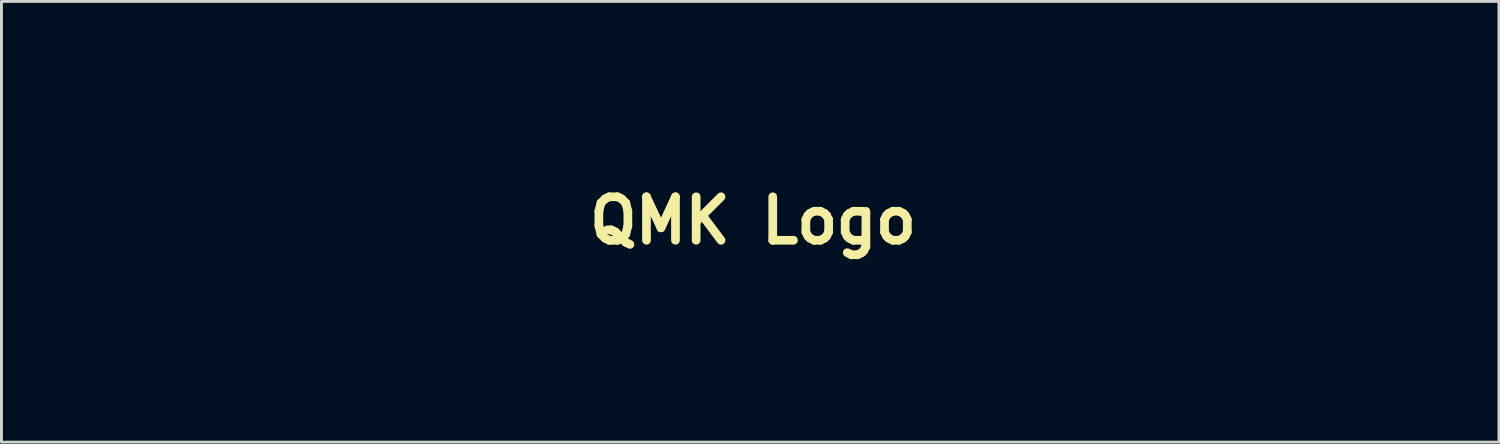
<source format=kicad_pcb>
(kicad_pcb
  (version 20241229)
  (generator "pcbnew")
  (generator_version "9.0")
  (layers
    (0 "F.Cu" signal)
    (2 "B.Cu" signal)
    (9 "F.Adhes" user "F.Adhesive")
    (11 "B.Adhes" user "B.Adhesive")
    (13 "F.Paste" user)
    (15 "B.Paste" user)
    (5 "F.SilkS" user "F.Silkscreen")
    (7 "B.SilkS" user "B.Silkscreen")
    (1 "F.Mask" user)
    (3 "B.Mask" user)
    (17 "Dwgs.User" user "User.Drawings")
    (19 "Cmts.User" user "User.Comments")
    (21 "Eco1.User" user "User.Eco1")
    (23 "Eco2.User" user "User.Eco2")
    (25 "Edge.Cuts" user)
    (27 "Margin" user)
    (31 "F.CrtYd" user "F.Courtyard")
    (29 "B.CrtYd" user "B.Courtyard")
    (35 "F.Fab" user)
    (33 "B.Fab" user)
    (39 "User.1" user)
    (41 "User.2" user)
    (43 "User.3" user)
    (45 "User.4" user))
  (footprint "QMK Logo"
    (layer "F.Cu")
    (at 22.939 4.563)
    (property "Reference" "QMK Logo" (at 0 0 0) (layer "F.SilkS") (effects (font (size 1.5 1.5) (thickness 0.3))))
    (attr board_only exclude_from_pos_files exclude_from_bom)
    (fp_poly (pts (xy 4.423 1.088) (xy 4.565 1.115) (xy 4.555 2.433) (xy 4.544 3.75) (xy 4.344 3.762) (xy 4.224 3.764) (xy 4.138 3.755) (xy 4.116 3.746) (xy 4.109 3.7) (xy 4.103 3.586) (xy 4.098 3.411) (xy 4.093 3.185) (xy 4.09 2.918) (xy 4.088 2.621) (xy 4.088 2.433) (xy 4.088 1.149) (xy 4.184 1.105) (xy 4.294 1.082)) (stroke (width 0) (type solid)) (fill yes) (layer "F.Mask"))
    (fp_poly (pts (xy 4.442 0.075) (xy 4.531 0.109) (xy 4.539 0.115) (xy 4.581 0.189) (xy 4.602 0.304) (xy 4.6 0.425) (xy 4.574 0.52) (xy 4.554 0.545) (xy 4.451 0.592) (xy 4.317 0.613) (xy 4.227 0.606) (xy 4.118 0.546) (xy 4.059 0.424) (xy 4.048 0.315) (xy 4.072 0.177) (xy 4.149 0.095) (xy 4.285 0.063) (xy 4.326 0.061)) (stroke (width 0) (type solid)) (fill yes) (layer "F.Mask"))
    (fp_poly (pts (xy -0.672 -3.332) (xy -0.616 -3.274) (xy -0.596 -3.166) (xy -0.595 -3.134) (xy -0.595 -2.976) (xy -0.806 -3.001) (xy -1.017 -3.025) (xy -1.183 -2.837) (xy -1.349 -2.648) (xy -1.349 -1.983) (xy -1.35 -1.734) (xy -1.354 -1.554) (xy -1.361 -1.431) (xy -1.372 -1.354) (xy -1.389 -1.312) (xy -1.412 -1.294) (xy -1.51 -1.273) (xy -1.612 -1.274) (xy -1.679 -1.295) (xy -1.68 -1.296) (xy -1.687 -1.342) (xy -1.694 -1.456) (xy -1.699 -1.627) (xy -1.703 -1.845) (xy -1.706 -2.099) (xy -1.707 -2.331) (xy -1.707 -3.339) (xy -1.558 -3.326) (xy -1.458 -3.31) (xy -1.411 -3.27) (xy -1.389 -3.182) (xy -1.389 -3.181) (xy -1.369 -3.049) (xy -1.27 -3.155) (xy -1.107 -3.29) (xy -0.936 -3.362) (xy -0.769 -3.367)) (stroke (width 0) (type solid)) (fill yes) (layer "F.Mask"))
    (fp_poly (pts (xy 19.977 1.079) (xy 20.074 1.113) (xy 20.123 1.153) (xy 20.14 1.224) (xy 20.141 1.33) (xy 20.141 1.528) (xy 19.88 1.515) (xy 19.732 1.511) (xy 19.635 1.523) (xy 19.561 1.556) (xy 19.492 1.609) (xy 19.391 1.709) (xy 19.285 1.835) (xy 19.248 1.886) (xy 19.131 2.056) (xy 19.12 2.903) (xy 19.11 3.75) (xy 18.906 3.762) (xy 18.777 3.764) (xy 18.707 3.746) (xy 18.678 3.709) (xy 18.672 3.655) (xy 18.666 3.531) (xy 18.661 3.348) (xy 18.657 3.117) (xy 18.655 2.848) (xy 18.653 2.55) (xy 18.653 2.421) (xy 18.653 2.058) (xy 18.655 1.767) (xy 18.66 1.54) (xy 18.668 1.368) (xy 18.682 1.245) (xy 18.703 1.162) (xy 18.731 1.11) (xy 18.768 1.084) (xy 18.816 1.073) (xy 18.871 1.072) (xy 18.992 1.083) (xy 19.059 1.127) (xy 19.086 1.222) (xy 19.09 1.318) (xy 19.09 1.517) (xy 19.278 1.318) (xy 19.466 1.154) (xy 19.653 1.066) (xy 19.845 1.051)) (stroke (width 0) (type solid)) (fill yes) (layer "F.Mask"))
    (fp_poly (pts (xy 3.424 0.266) (xy 3.427 0.383) (xy 3.41 0.464) (xy 3.395 0.498) (xy 3.372 0.522) (xy 3.328 0.538) (xy 3.253 0.548) (xy 3.134 0.553) (xy 2.96 0.555) (xy 2.719 0.556) (xy 2.7 0.556) (xy 2.024 0.556) (xy 2.024 1.171) (xy 2.024 1.786) (xy 2.678 1.786) (xy 3.332 1.786) (xy 3.358 1.888) (xy 3.361 2.005) (xy 3.34 2.087) (xy 3.321 2.122) (xy 3.296 2.148) (xy 3.251 2.165) (xy 3.176 2.176) (xy 3.056 2.181) (xy 2.88 2.183) (xy 2.661 2.183) (xy 2.026 2.183) (xy 2.015 2.967) (xy 2.004 3.75) (xy 1.806 3.762) (xy 1.665 3.759) (xy 1.572 3.735) (xy 1.557 3.724) (xy 1.546 3.674) (xy 1.536 3.555) (xy 1.528 3.377) (xy 1.52 3.149) (xy 1.514 2.882) (xy 1.51 2.587) (xy 1.507 2.272) (xy 1.506 1.949) (xy 1.506 1.627) (xy 1.508 1.316) (xy 1.511 1.027) (xy 1.516 0.769) (xy 1.523 0.553) (xy 1.531 0.389) (xy 1.541 0.286) (xy 1.547 0.261) (xy 1.586 0.159) (xy 2.495 0.159) (xy 3.404 0.159)) (stroke (width 0) (type solid)) (fill yes) (layer "F.Mask"))
    (fp_poly (pts (xy 6.594 1.048) (xy 6.673 1.069) (xy 6.752 1.088) (xy 6.841 1.144) (xy 6.886 1.258) (xy 6.881 1.419) (xy 6.878 1.44) (xy 6.862 1.501) (xy 6.833 1.532) (xy 6.77 1.538) (xy 6.651 1.527) (xy 6.624 1.524) (xy 6.472 1.515) (xy 6.355 1.535) (xy 6.251 1.594) (xy 6.139 1.702) (xy 6.047 1.81) (xy 5.894 1.997) (xy 5.874 2.874) (xy 5.854 3.75) (xy 5.654 3.762) (xy 5.534 3.764) (xy 5.448 3.755) (xy 5.426 3.746) (xy 5.419 3.7) (xy 5.413 3.586) (xy 5.407 3.411) (xy 5.403 3.185) (xy 5.4 2.919) (xy 5.398 2.621) (xy 5.397 2.436) (xy 5.398 2.083) (xy 5.398 1.802) (xy 5.4 1.583) (xy 5.404 1.418) (xy 5.409 1.3) (xy 5.418 1.219) (xy 5.43 1.167) (xy 5.445 1.137) (xy 5.465 1.119) (xy 5.481 1.109) (xy 5.581 1.084) (xy 5.699 1.09) (xy 5.779 1.109) (xy 5.819 1.143) (xy 5.833 1.216) (xy 5.834 1.311) (xy 5.834 1.508) (xy 6.023 1.313) (xy 6.175 1.183) (xy 6.335 1.09) (xy 6.485 1.043)) (stroke (width 0) (type solid)) (fill yes) (layer "F.Mask"))
    (fp_poly (pts (xy -8.212 -3.353) (xy -7.964 -3.273) (xy -7.755 -3.126) (xy -7.591 -2.917) (xy -7.562 -2.863) (xy -7.503 -2.686) (xy -7.472 -2.465) (xy -7.472 -2.227) (xy -7.502 -2.002) (xy -7.524 -1.921) (xy -7.62 -1.71) (xy -7.76 -1.525) (xy -7.926 -1.385) (xy -8.082 -1.313) (xy -8.216 -1.29) (xy -8.392 -1.277) (xy -8.575 -1.277) (xy -8.73 -1.288) (xy -8.788 -1.299) (xy -8.96 -1.378) (xy -9.121 -1.515) (xy -9.249 -1.69) (xy -9.269 -1.727) (xy -9.342 -1.943) (xy -9.377 -2.2) (xy -9.374 -2.39) (xy -8.998 -2.39) (xy -8.994 -2.168) (xy -8.958 -1.962) (xy -8.892 -1.796) (xy -8.86 -1.749) (xy -8.73 -1.646) (xy -8.558 -1.587) (xy -8.37 -1.576) (xy -8.192 -1.613) (xy -8.1 -1.662) (xy -7.976 -1.787) (xy -7.897 -1.959) (xy -7.862 -2.188) (xy -7.859 -2.301) (xy -7.881 -2.578) (xy -7.947 -2.79) (xy -8.057 -2.939) (xy -8.215 -3.027) (xy -8.42 -3.056) (xy -8.422 -3.056) (xy -8.619 -3.022) (xy -8.788 -2.927) (xy -8.907 -2.784) (xy -8.91 -2.779) (xy -8.971 -2.602) (xy -8.998 -2.39) (xy -9.374 -2.39) (xy -9.373 -2.467) (xy -9.331 -2.704) (xy -9.225 -2.943) (xy -9.059 -3.134) (xy -8.841 -3.273) (xy -8.58 -3.352) (xy -8.492 -3.363)) (stroke (width 0) (type solid)) (fill yes) (layer "F.Mask"))
    (fp_poly (pts (xy -10.601 -4.042) (xy -10.42 -4.028) (xy -10.272 -4.007) (xy -10.195 -3.987) (xy -9.978 -3.873) (xy -9.82 -3.707) (xy -9.722 -3.495) (xy -9.689 -3.241) (xy -9.694 -3.137) (xy -9.75 -2.879) (xy -9.868 -2.672) (xy -10.046 -2.515) (xy -10.286 -2.409) (xy -10.585 -2.354) (xy -10.66 -2.349) (xy -10.993 -2.332) (xy -10.993 -1.825) (xy -10.995 -1.611) (xy -11 -1.464) (xy -11.011 -1.37) (xy -11.028 -1.318) (xy -11.054 -1.295) (xy -11.056 -1.294) (xy -11.174 -1.274) (xy -11.304 -1.285) (xy -11.341 -1.296) (xy -11.355 -1.34) (xy -11.367 -1.452) (xy -11.376 -1.621) (xy -11.384 -1.835) (xy -11.39 -2.084) (xy -11.393 -2.355) (xy -11.394 -2.638) (xy -11.393 -2.922) (xy -11.39 -3.195) (xy -11.385 -3.445) (xy -11.378 -3.663) (xy -11.374 -3.731) (xy -10.993 -3.731) (xy -10.993 -3.195) (xy -10.993 -2.659) (xy -10.745 -2.659) (xy -10.535 -2.676) (xy -10.37 -2.723) (xy -10.358 -2.729) (xy -10.221 -2.836) (xy -10.13 -2.985) (xy -10.086 -3.157) (xy -10.091 -3.334) (xy -10.145 -3.496) (xy -10.249 -3.626) (xy -10.317 -3.67) (xy -10.439 -3.708) (xy -10.616 -3.728) (xy -10.714 -3.731) (xy -10.993 -3.731) (xy -11.374 -3.731) (xy -11.368 -3.835) (xy -11.356 -3.952) (xy -11.343 -4) (xy -11.278 -4.025) (xy -11.153 -4.041) (xy -10.986 -4.049) (xy -10.796 -4.049)) (stroke (width 0) (type solid)) (fill yes) (layer "F.Mask"))
    (fp_poly (pts (xy -2.973 -3.361) (xy -2.725 -3.297) (xy -2.528 -3.173) (xy -2.384 -2.992) (xy -2.296 -2.757) (xy -2.272 -2.595) (xy -2.263 -2.467) (xy -2.268 -2.373) (xy -2.297 -2.307) (xy -2.358 -2.263) (xy -2.463 -2.238) (xy -2.62 -2.226) (xy -2.841 -2.223) (xy -3.021 -2.223) (xy -3.646 -2.223) (xy -3.624 -2.074) (xy -3.561 -1.853) (xy -3.448 -1.694) (xy -3.284 -1.596) (xy -3.071 -1.559) (xy -2.957 -1.563) (xy -2.792 -1.585) (xy -2.631 -1.619) (xy -2.554 -1.642) (xy -2.434 -1.678) (xy -2.37 -1.671) (xy -2.345 -1.616) (xy -2.342 -1.542) (xy -2.367 -1.444) (xy -2.449 -1.372) (xy -2.592 -1.321) (xy -2.802 -1.291) (xy -2.977 -1.281) (xy -3.173 -1.277) (xy -3.314 -1.285) (xy -3.421 -1.306) (xy -3.513 -1.342) (xy -3.718 -1.48) (xy -3.874 -1.673) (xy -3.968 -1.904) (xy -3.969 -1.905) (xy -4 -2.115) (xy -4.003 -2.351) (xy -3.989 -2.5) (xy -3.653 -2.5) (xy -3.131 -2.5) (xy -2.609 -2.5) (xy -2.631 -2.663) (xy -2.691 -2.843) (xy -2.807 -2.978) (xy -2.965 -3.059) (xy -3.151 -3.075) (xy -3.245 -3.058) (xy -3.411 -2.983) (xy -3.531 -2.855) (xy -3.612 -2.664) (xy -3.627 -2.609) (xy -3.653 -2.5) (xy -3.989 -2.5) (xy -3.981 -2.584) (xy -3.936 -2.785) (xy -3.897 -2.883) (xy -3.747 -3.094) (xy -3.546 -3.249) (xy -3.309 -3.342) (xy -3.047 -3.367)) (stroke (width 0) (type solid)) (fill yes) (layer "F.Mask"))
    (fp_poly (pts (xy 8.851 -3.334) (xy 8.955 -3.325) (xy 9.021 -3.304) (xy 9.027 -3.297) (xy 9.019 -3.253) (xy 8.987 -3.145) (xy 8.935 -2.983) (xy 8.865 -2.777) (xy 8.783 -2.538) (xy 8.691 -2.276) (xy 8.594 -2.002) (xy 8.494 -1.724) (xy 8.397 -1.455) (xy 8.304 -1.203) (xy 8.22 -0.98) (xy 8.149 -0.795) (xy 8.094 -0.659) (xy 8.059 -0.582) (xy 8.052 -0.57) (xy 7.984 -0.533) (xy 7.881 -0.517) (xy 7.781 -0.525) (xy 7.719 -0.557) (xy 7.717 -0.559) (xy 7.719 -0.613) (xy 7.746 -0.721) (xy 7.793 -0.864) (xy 7.817 -0.929) (xy 7.944 -1.257) (xy 7.583 -2.218) (xy 7.486 -2.482) (xy 7.398 -2.724) (xy 7.324 -2.933) (xy 7.268 -3.099) (xy 7.233 -3.212) (xy 7.223 -3.257) (xy 7.238 -3.308) (xy 7.296 -3.33) (xy 7.377 -3.334) (xy 7.486 -3.322) (xy 7.561 -3.292) (xy 7.57 -3.284) (xy 7.594 -3.233) (xy 7.64 -3.118) (xy 7.702 -2.954) (xy 7.776 -2.752) (xy 7.857 -2.526) (xy 7.862 -2.511) (xy 7.942 -2.287) (xy 8.014 -2.091) (xy 8.075 -1.935) (xy 8.119 -1.83) (xy 8.142 -1.787) (xy 8.143 -1.786) (xy 8.164 -1.822) (xy 8.204 -1.92) (xy 8.259 -2.067) (xy 8.323 -2.251) (xy 8.356 -2.351) (xy 8.455 -2.648) (xy 8.532 -2.879) (xy 8.592 -3.051) (xy 8.64 -3.173) (xy 8.679 -3.254) (xy 8.714 -3.302) (xy 8.749 -3.326) (xy 8.789 -3.333) (xy 8.837 -3.334)) (stroke (width 0) (type solid)) (fill yes) (layer "F.Mask"))
    (fp_poly (pts (xy 3.383 -4.239) (xy 3.552 -4.227) (xy 3.562 -2.769) (xy 3.573 -1.311) (xy 3.473 -1.286) (xy 3.35 -1.275) (xy 3.28 -1.321) (xy 3.255 -1.43) (xy 3.254 -1.451) (xy 3.254 -1.595) (xy 3.125 -1.486) (xy 3.008 -1.401) (xy 2.887 -1.332) (xy 2.869 -1.324) (xy 2.703 -1.283) (xy 2.508 -1.275) (xy 2.322 -1.299) (xy 2.24 -1.326) (xy 2.091 -1.427) (xy 1.958 -1.582) (xy 1.862 -1.767) (xy 1.859 -1.775) (xy 1.834 -1.889) (xy 1.815 -2.056) (xy 1.81 -2.183) (xy 2.187 -2.183) (xy 2.215 -1.977) (xy 2.272 -1.801) (xy 2.357 -1.672) (xy 2.407 -1.632) (xy 2.539 -1.594) (xy 2.701 -1.596) (xy 2.861 -1.639) (xy 2.922 -1.67) (xy 3.052 -1.764) (xy 3.138 -1.867) (xy 3.189 -1.998) (xy 3.211 -2.175) (xy 3.215 -2.333) (xy 3.215 -2.689) (xy 3.042 -2.848) (xy 2.932 -2.94) (xy 2.832 -3.01) (xy 2.78 -3.035) (xy 2.648 -3.049) (xy 2.506 -3.022) (xy 2.39 -2.965) (xy 2.368 -2.945) (xy 2.278 -2.8) (xy 2.217 -2.613) (xy 2.187 -2.401) (xy 2.187 -2.183) (xy 1.81 -2.183) (xy 1.807 -2.25) (xy 1.806 -2.302) (xy 1.81 -2.495) (xy 1.823 -2.637) (xy 1.851 -2.753) (xy 1.897 -2.872) (xy 1.912 -2.904) (xy 2.042 -3.116) (xy 2.203 -3.258) (xy 2.406 -3.335) (xy 2.603 -3.354) (xy 2.756 -3.348) (xy 2.867 -3.322) (xy 2.973 -3.266) (xy 3.033 -3.225) (xy 3.215 -3.097) (xy 3.215 -3.674) (xy 3.215 -4.251)) (stroke (width 0) (type solid)) (fill yes) (layer "F.Mask"))
    (fp_poly (pts (xy 0.708 -3.357) (xy 0.914 -3.292) (xy 1.096 -3.174) (xy 1.241 -3.004) (xy 1.329 -2.806) (xy 1.378 -2.592) (xy 1.387 -2.422) (xy 1.356 -2.307) (xy 1.312 -2.264) (xy 1.245 -2.249) (xy 1.114 -2.236) (xy 0.932 -2.228) (xy 0.715 -2.223) (xy 0.618 -2.223) (xy 0 -2.223) (xy 0 -2.1) (xy 0.035 -1.9) (xy 0.133 -1.741) (xy 0.286 -1.627) (xy 0.487 -1.566) (xy 0.721 -1.562) (xy 0.879 -1.587) (xy 1.03 -1.624) (xy 1.098 -1.647) (xy 1.218 -1.682) (xy 1.285 -1.661) (xy 1.306 -1.578) (xy 1.303 -1.523) (xy 1.284 -1.451) (xy 1.234 -1.401) (xy 1.132 -1.355) (xy 1.091 -1.341) (xy 0.93 -1.304) (xy 0.726 -1.282) (xy 0.511 -1.275) (xy 0.316 -1.286) (xy 0.186 -1.31) (xy -0.002 -1.404) (xy -0.167 -1.559) (xy -0.279 -1.734) (xy -0.328 -1.852) (xy -0.356 -1.976) (xy -0.37 -2.133) (xy -0.374 -2.285) (xy -0.373 -2.466) (xy -0.363 -2.585) (xy -0.000153 -2.585) (xy 0.019 -2.54) (xy 0.082 -2.515) (xy 0.199 -2.504) (xy 0.379 -2.5) (xy 0.515 -2.5) (xy 1.03 -2.5) (xy 1.006 -2.629) (xy 0.939 -2.836) (xy 0.824 -2.978) (xy 0.695 -3.047) (xy 0.497 -3.075) (xy 0.314 -3.031) (xy 0.162 -2.92) (xy 0.055 -2.753) (xy 0.015 -2.654) (xy -0.000153 -2.585) (xy -0.363 -2.585) (xy -0.362 -2.596) (xy -0.336 -2.703) (xy -0.29 -2.813) (xy -0.257 -2.879) (xy -0.115 -3.084) (xy 0.065 -3.234) (xy 0.27 -3.329) (xy 0.489 -3.37)) (stroke (width 0) (type solid)) (fill yes) (layer "F.Mask"))
    (fp_poly (pts (xy 5.474 -4.267) (xy 5.506 -4.253) (xy 5.529 -4.225) (xy 5.543 -4.171) (xy 5.551 -4.079) (xy 5.555 -3.935) (xy 5.556 -3.728) (xy 5.556 -3.67) (xy 5.556 -3.099) (xy 5.754 -3.222) (xy 5.99 -3.333) (xy 6.217 -3.365) (xy 6.436 -3.32) (xy 6.508 -3.287) (xy 6.688 -3.163) (xy 6.817 -2.997) (xy 6.9 -2.781) (xy 6.94 -2.508) (xy 6.945 -2.338) (xy 6.921 -2.006) (xy 6.848 -1.735) (xy 6.729 -1.525) (xy 6.563 -1.378) (xy 6.352 -1.295) (xy 6.097 -1.277) (xy 6.087 -1.277) (xy 5.93 -1.295) (xy 5.817 -1.33) (xy 5.711 -1.396) (xy 5.677 -1.422) (xy 5.517 -1.552) (xy 5.517 -1.435) (xy 5.492 -1.332) (xy 5.411 -1.28) (xy 5.321 -1.27) (xy 5.247 -1.284) (xy 5.226 -1.296) (xy 5.22 -1.341) (xy 5.214 -1.456) (xy 5.209 -1.632) (xy 5.205 -1.861) (xy 5.204 -1.915) (xy 5.556 -1.915) (xy 5.734 -1.751) (xy 5.847 -1.655) (xy 5.938 -1.606) (xy 6.037 -1.589) (xy 6.082 -1.587) (xy 6.212 -1.602) (xy 6.322 -1.638) (xy 6.342 -1.65) (xy 6.454 -1.773) (xy 6.526 -1.961) (xy 6.559 -2.214) (xy 6.562 -2.322) (xy 6.541 -2.596) (xy 6.477 -2.809) (xy 6.372 -2.957) (xy 6.227 -3.039) (xy 6.102 -3.056) (xy 6.004 -3.031) (xy 5.877 -2.969) (xy 5.748 -2.886) (xy 5.643 -2.8) (xy 5.599 -2.744) (xy 5.58 -2.67) (xy 5.566 -2.54) (xy 5.557 -2.375) (xy 5.556 -2.29) (xy 5.556 -1.915) (xy 5.204 -1.915) (xy 5.202 -2.133) (xy 5.2 -2.44) (xy 5.199 -2.772) (xy 5.199 -2.784) (xy 5.199 -4.245) (xy 5.295 -4.269) (xy 5.406 -4.278)) (stroke (width 0) (type solid)) (fill yes) (layer "F.Mask"))
    (fp_poly (pts (xy 21.979 1.097) (xy 22.231 1.195) (xy 22.434 1.355) (xy 22.588 1.574) (xy 22.688 1.85) (xy 22.73 2.123) (xy 22.739 2.251) (xy 22.739 2.35) (xy 22.722 2.423) (xy 22.677 2.475) (xy 22.596 2.509) (xy 22.472 2.528) (xy 22.293 2.537) (xy 22.053 2.54) (xy 21.766 2.54) (xy 20.915 2.54) (xy 20.916 2.649) (xy 20.948 2.873) (xy 21.036 3.079) (xy 21.17 3.247) (xy 21.336 3.358) (xy 21.339 3.359) (xy 21.497 3.398) (xy 21.704 3.412) (xy 21.933 3.4) (xy 22.159 3.364) (xy 22.271 3.334) (xy 22.435 3.285) (xy 22.538 3.263) (xy 22.594 3.272) (xy 22.617 3.315) (xy 22.622 3.395) (xy 22.622 3.412) (xy 22.61 3.519) (xy 22.565 3.599) (xy 22.474 3.661) (xy 22.325 3.716) (xy 22.207 3.748) (xy 22.037 3.78) (xy 21.833 3.799) (xy 21.622 3.806) (xy 21.431 3.798) (xy 21.287 3.777) (xy 21.273 3.773) (xy 20.99 3.651) (xy 20.764 3.473) (xy 20.592 3.238) (xy 20.55 3.155) (xy 20.511 3.061) (xy 20.485 2.967) (xy 20.469 2.854) (xy 20.461 2.703) (xy 20.459 2.496) (xy 20.459 2.457) (xy 20.46 2.248) (xy 20.464 2.099) (xy 20.465 2.089) (xy 20.922 2.089) (xy 20.935 2.133) (xy 20.982 2.16) (xy 21.072 2.175) (xy 21.215 2.182) (xy 21.422 2.183) (xy 21.595 2.183) (xy 22.275 2.183) (xy 22.25 1.999) (xy 22.187 1.77) (xy 22.069 1.596) (xy 21.902 1.481) (xy 21.691 1.431) (xy 21.632 1.429) (xy 21.402 1.465) (xy 21.204 1.568) (xy 21.052 1.729) (xy 20.957 1.936) (xy 20.932 2.024) (xy 20.922 2.089) (xy 20.465 2.089) (xy 20.477 1.988) (xy 20.5 1.897) (xy 20.538 1.804) (xy 20.595 1.69) (xy 20.598 1.684) (xy 20.753 1.438) (xy 20.938 1.258) (xy 21.161 1.139) (xy 21.432 1.076) (xy 21.681 1.063)) (stroke (width 0) (type solid)) (fill yes) (layer "F.Mask"))
    (fp_poly (pts (xy -9.646 0.133) (xy -9.32 0.222) (xy -9.043 0.372) (xy -8.818 0.58) (xy -8.656 0.826) (xy -8.531 1.145) (xy -8.455 1.502) (xy -8.428 1.879) (xy -8.448 2.259) (xy -8.516 2.624) (xy -8.629 2.955) (xy -8.755 3.188) (xy -8.862 3.349) (xy -8.73 3.459) (xy -8.629 3.532) (xy -8.486 3.622) (xy -8.33 3.709) (xy -8.318 3.716) (xy -8.16 3.801) (xy -8.06 3.864) (xy -8.006 3.92) (xy -7.983 3.981) (xy -7.978 4.055) (xy -7.989 4.182) (xy -8.028 4.257) (xy -8.105 4.281) (xy -8.227 4.255) (xy -8.402 4.182) (xy -8.475 4.146) (xy -8.657 4.044) (xy -8.851 3.918) (xy -8.998 3.81) (xy -9.241 3.613) (xy -9.432 3.698) (xy -9.655 3.766) (xy -9.924 3.802) (xy -10.209 3.804) (xy -10.483 3.771) (xy -10.624 3.737) (xy -10.915 3.62) (xy -11.152 3.459) (xy -11.339 3.248) (xy -11.479 2.982) (xy -11.578 2.655) (xy -11.63 2.344) (xy -11.654 2.035) (xy -11.65 1.945) (xy -11.125 1.945) (xy -11.105 2.337) (xy -11.04 2.665) (xy -10.929 2.93) (xy -10.773 3.133) (xy -10.57 3.277) (xy -10.468 3.32) (xy -10.32 3.353) (xy -10.128 3.368) (xy -9.924 3.365) (xy -9.742 3.343) (xy -9.676 3.327) (xy -9.494 3.239) (xy -9.318 3.096) (xy -9.17 2.92) (xy -9.094 2.783) (xy -9.005 2.506) (xy -8.956 2.196) (xy -8.945 1.873) (xy -8.972 1.555) (xy -9.035 1.26) (xy -9.133 1.007) (xy -9.21 0.883) (xy -9.378 0.717) (xy -9.594 0.601) (xy -9.841 0.536) (xy -10.102 0.524) (xy -10.362 0.568) (xy -10.602 0.67) (xy -10.646 0.697) (xy -10.829 0.864) (xy -10.97 1.095) (xy -11.067 1.386) (xy -11.118 1.732) (xy -11.125 1.945) (xy -11.65 1.945) (xy -11.642 1.737) (xy -11.63 1.626) (xy -11.566 1.264) (xy -11.464 0.962) (xy -11.319 0.712) (xy -11.126 0.5) (xy -11.006 0.402) (xy -10.747 0.247) (xy -10.46 0.151) (xy -10.13 0.108) (xy -10.021 0.105)) (stroke (width 0) (type solid)) (fill yes) (layer "F.Mask"))
    (fp_poly (pts (xy -2.399 0.127) (xy -2.29 0.169) (xy -2.29 0.169) (xy -2.267 0.195) (xy -2.249 0.242) (xy -2.236 0.319) (xy -2.227 0.438) (xy -2.22 0.61) (xy -2.215 0.845) (xy -2.213 0.991) (xy -2.203 1.765) (xy -1.573 0.972) (xy -1.399 0.755) (xy -1.238 0.558) (xy -1.098 0.391) (xy -0.986 0.261) (xy -0.91 0.179) (xy -0.879 0.152) (xy -0.75 0.124) (xy -0.61 0.131) (xy -0.501 0.171) (xy -0.496 0.174) (xy -0.448 0.215) (xy -0.445 0.256) (xy -0.486 0.329) (xy -0.496 0.342) (xy -0.549 0.414) (xy -0.651 0.544) (xy -0.801 0.727) (xy -0.996 0.963) (xy -1.234 1.248) (xy -1.512 1.58) (xy -1.66 1.755) (xy -1.673 1.781) (xy -1.673 1.816) (xy -1.653 1.868) (xy -1.609 1.946) (xy -1.536 2.055) (xy -1.429 2.204) (xy -1.284 2.401) (xy -1.096 2.653) (xy -1.083 2.67) (xy -0.874 2.949) (xy -0.708 3.172) (xy -0.581 3.346) (xy -0.489 3.477) (xy -0.426 3.573) (xy -0.388 3.64) (xy -0.371 3.684) (xy -0.37 3.715) (xy -0.378 3.731) (xy -0.436 3.761) (xy -0.544 3.773) (xy -0.673 3.768) (xy -0.796 3.747) (xy -0.886 3.713) (xy -0.903 3.7) (xy -0.945 3.65) (xy -1.026 3.544) (xy -1.14 3.394) (xy -1.279 3.207) (xy -1.437 2.994) (xy -1.587 2.79) (xy -2.203 1.95) (xy -2.213 2.808) (xy -2.219 3.128) (xy -2.229 3.384) (xy -2.241 3.57) (xy -2.256 3.684) (xy -2.268 3.718) (xy -2.329 3.747) (xy -2.437 3.765) (xy -2.559 3.771) (xy -2.663 3.763) (xy -2.712 3.744) (xy -2.717 3.7) (xy -2.723 3.585) (xy -2.727 3.406) (xy -2.731 3.173) (xy -2.734 2.893) (xy -2.737 2.574) (xy -2.738 2.225) (xy -2.738 1.959) (xy -2.738 1.54) (xy -2.738 1.193) (xy -2.737 0.911) (xy -2.734 0.687) (xy -2.731 0.515) (xy -2.725 0.387) (xy -2.718 0.295) (xy -2.709 0.234) (xy -2.697 0.196) (xy -2.682 0.174) (xy -2.664 0.161) (xy -2.662 0.16) (xy -2.537 0.124)) (stroke (width 0) (type solid)) (fill yes) (layer "F.Mask"))
    (fp_poly (pts (xy -3.917 0.165) (xy -3.799 0.183) (xy -3.735 0.213) (xy -3.723 0.254) (xy -3.714 0.348) (xy -3.707 0.499) (xy -3.702 0.712) (xy -3.699 0.99) (xy -3.698 1.337) (xy -3.699 1.758) (xy -3.7 2.009) (xy -3.711 3.75) (xy -3.929 3.75) (xy -4.147 3.75) (xy -4.167 2.178) (xy -4.187 0.606) (xy -4.822 2.178) (xy -5.457 3.75) (xy -5.663 3.762) (xy -5.787 3.766) (xy -5.857 3.751) (xy -5.9 3.709) (xy -5.925 3.663) (xy -5.951 3.602) (xy -6.002 3.476) (xy -6.074 3.292) (xy -6.164 3.061) (xy -6.269 2.792) (xy -6.385 2.491) (xy -6.508 2.17) (xy -6.532 2.108) (xy -7.084 0.664) (xy -7.095 2.164) (xy -7.099 2.608) (xy -7.104 2.975) (xy -7.112 3.266) (xy -7.121 3.484) (xy -7.131 3.63) (xy -7.144 3.706) (xy -7.149 3.717) (xy -7.211 3.746) (xy -7.319 3.765) (xy -7.441 3.771) (xy -7.544 3.763) (xy -7.594 3.744) (xy -7.599 3.7) (xy -7.604 3.585) (xy -7.609 3.407) (xy -7.613 3.174) (xy -7.616 2.895) (xy -7.618 2.578) (xy -7.62 2.23) (xy -7.62 2) (xy -7.62 1.581) (xy -7.619 1.234) (xy -7.617 0.952) (xy -7.614 0.729) (xy -7.609 0.557) (xy -7.603 0.429) (xy -7.594 0.338) (xy -7.584 0.278) (xy -7.571 0.24) (xy -7.558 0.221) (xy -7.493 0.185) (xy -7.381 0.165) (xy -7.204 0.159) (xy -7.199 0.159) (xy -7.038 0.162) (xy -6.935 0.176) (xy -6.865 0.205) (xy -6.813 0.248) (xy -6.775 0.309) (xy -6.713 0.433) (xy -6.632 0.611) (xy -6.536 0.831) (xy -6.431 1.084) (xy -6.333 1.33) (xy -6.22 1.617) (xy -6.108 1.901) (xy -6.003 2.167) (xy -5.911 2.401) (xy -5.837 2.587) (xy -5.797 2.688) (xy -5.653 3.055) (xy -5.2 1.954) (xy -5.034 1.55) (xy -4.894 1.213) (xy -4.778 0.937) (xy -4.683 0.717) (xy -4.607 0.545) (xy -4.547 0.416) (xy -4.499 0.323) (xy -4.462 0.261) (xy -4.432 0.222) (xy -4.416 0.208) (xy -4.338 0.18) (xy -4.212 0.163) (xy -4.063 0.158)) (stroke (width 0) (type solid)) (fill yes) (layer "F.Mask"))
    (fp_poly (pts (xy 17.127 1.078) (xy 17.366 1.138) (xy 17.552 1.245) (xy 17.692 1.403) (xy 17.746 1.498) (xy 17.775 1.563) (xy 17.798 1.627) (xy 17.814 1.704) (xy 17.827 1.805) (xy 17.836 1.941) (xy 17.843 2.123) (xy 17.848 2.364) (xy 17.853 2.628) (xy 17.856 2.9) (xy 17.857 3.149) (xy 17.856 3.364) (xy 17.852 3.532) (xy 17.847 3.641) (xy 17.843 3.672) (xy 17.82 3.734) (xy 17.777 3.762) (xy 17.689 3.766) (xy 17.63 3.763) (xy 17.516 3.751) (xy 17.458 3.726) (xy 17.432 3.671) (xy 17.423 3.62) (xy 17.403 3.489) (xy 17.244 3.604) (xy 17.118 3.684) (xy 16.99 3.749) (xy 16.951 3.764) (xy 16.766 3.8) (xy 16.549 3.804) (xy 16.341 3.776) (xy 16.258 3.752) (xy 16.048 3.639) (xy 15.895 3.476) (xy 15.803 3.27) (xy 15.777 3.032) (xy 15.779 3.018) (xy 16.272 3.018) (xy 16.302 3.199) (xy 16.392 3.331) (xy 16.545 3.416) (xy 16.689 3.447) (xy 16.749 3.441) (xy 16.852 3.418) (xy 16.887 3.409) (xy 17.013 3.357) (xy 17.152 3.274) (xy 17.214 3.228) (xy 17.383 3.09) (xy 17.383 2.809) (xy 17.383 2.528) (xy 17.001 2.555) (xy 16.79 2.574) (xy 16.637 2.599) (xy 16.525 2.636) (xy 16.432 2.691) (xy 16.361 2.75) (xy 16.3 2.83) (xy 16.275 2.942) (xy 16.272 3.018) (xy 15.779 3.018) (xy 15.799 2.859) (xy 15.845 2.714) (xy 15.927 2.593) (xy 16.012 2.506) (xy 16.128 2.411) (xy 16.248 2.341) (xy 16.389 2.292) (xy 16.568 2.259) (xy 16.802 2.236) (xy 16.927 2.228) (xy 17.363 2.203) (xy 17.352 1.966) (xy 17.326 1.765) (xy 17.265 1.623) (xy 17.159 1.524) (xy 17.073 1.48) (xy 16.872 1.438) (xy 16.631 1.457) (xy 16.355 1.537) (xy 16.246 1.583) (xy 16.105 1.643) (xy 16.019 1.672) (xy 15.968 1.673) (xy 15.934 1.649) (xy 15.925 1.638) (xy 15.879 1.525) (xy 15.903 1.414) (xy 15.99 1.309) (xy 16.13 1.216) (xy 16.315 1.14) (xy 16.535 1.087) (xy 16.783 1.062) (xy 16.827 1.061)) (stroke (width 0) (type solid)) (fill yes) (layer "F.Mask"))
    (fp_poly (pts (xy -4.315 -3.32) (xy -4.285 -3.284) (xy -4.297 -3.22) (xy -4.329 -3.095) (xy -4.379 -2.923) (xy -4.441 -2.715) (xy -4.512 -2.486) (xy -4.588 -2.247) (xy -4.665 -2.011) (xy -4.739 -1.79) (xy -4.805 -1.598) (xy -4.859 -1.447) (xy -4.899 -1.35) (xy -4.916 -1.32) (xy -4.998 -1.284) (xy -5.1 -1.27) (xy -5.21 -1.286) (xy -5.288 -1.32) (xy -5.32 -1.373) (xy -5.368 -1.49) (xy -5.428 -1.658) (xy -5.495 -1.863) (xy -5.55 -2.044) (xy -5.614 -2.256) (xy -5.672 -2.435) (xy -5.719 -2.568) (xy -5.753 -2.646) (xy -5.769 -2.659) (xy -5.786 -2.602) (xy -5.82 -2.482) (xy -5.865 -2.315) (xy -5.919 -2.115) (xy -5.954 -1.984) (xy -6.019 -1.752) (xy -6.079 -1.558) (xy -6.131 -1.414) (xy -6.171 -1.332) (xy -6.182 -1.32) (xy -6.267 -1.284) (xy -6.37 -1.27) (xy -6.478 -1.285) (xy -6.554 -1.32) (xy -6.579 -1.367) (xy -6.621 -1.477) (xy -6.679 -1.639) (xy -6.747 -1.838) (xy -6.821 -2.063) (xy -6.898 -2.301) (xy -6.973 -2.539) (xy -7.043 -2.765) (xy -7.103 -2.965) (xy -7.148 -3.128) (xy -7.177 -3.241) (xy -7.183 -3.285) (xy -7.146 -3.319) (xy -7.037 -3.333) (xy -7.006 -3.334) (xy -6.829 -3.334) (xy -6.73 -3.006) (xy -6.674 -2.82) (xy -6.607 -2.593) (xy -6.54 -2.364) (xy -6.51 -2.262) (xy -6.458 -2.086) (xy -6.413 -1.936) (xy -6.379 -1.828) (xy -6.365 -1.786) (xy -6.348 -1.805) (xy -6.316 -1.891) (xy -6.269 -2.032) (xy -6.212 -2.218) (xy -6.149 -2.438) (xy -6.081 -2.682) (xy -6.012 -2.938) (xy -5.946 -3.198) (xy -5.939 -3.225) (xy -5.911 -3.296) (xy -5.857 -3.327) (xy -5.755 -3.334) (xy -5.629 -3.318) (xy -5.563 -3.266) (xy -5.562 -3.264) (xy -5.54 -3.206) (xy -5.501 -3.083) (xy -5.449 -2.911) (xy -5.387 -2.702) (xy -5.321 -2.47) (xy -5.318 -2.461) (xy -5.253 -2.233) (xy -5.196 -2.032) (xy -5.15 -1.872) (xy -5.118 -1.763) (xy -5.103 -1.718) (xy -5.103 -1.718) (xy -5.091 -1.751) (xy -5.06 -1.85) (xy -5.014 -2.002) (xy -4.958 -2.196) (xy -4.893 -2.421) (xy -4.884 -2.452) (xy -4.816 -2.687) (xy -4.754 -2.898) (xy -4.7 -3.073) (xy -4.66 -3.199) (xy -4.637 -3.263) (xy -4.637 -3.264) (xy -4.583 -3.307) (xy -4.492 -3.331) (xy -4.393 -3.336)) (stroke (width 0) (type solid)) (fill yes) (layer "F.Mask"))
    (fp_poly (pts (xy 8.865 1.087) (xy 9.065 1.163) (xy 9.232 1.276) (xy 9.348 1.415) (xy 9.377 1.48) (xy 9.413 1.487) (xy 9.492 1.439) (xy 9.537 1.402) (xy 9.758 1.229) (xy 9.962 1.121) (xy 10.164 1.07) (xy 10.275 1.064) (xy 10.537 1.098) (xy 10.759 1.199) (xy 10.934 1.361) (xy 11.057 1.582) (xy 11.071 1.619) (xy 11.089 1.71) (xy 11.105 1.86) (xy 11.119 2.057) (xy 11.131 2.287) (xy 11.14 2.536) (xy 11.145 2.792) (xy 11.148 3.04) (xy 11.147 3.268) (xy 11.142 3.463) (xy 11.133 3.61) (xy 11.119 3.696) (xy 11.113 3.711) (xy 11.039 3.75) (xy 10.923 3.768) (xy 10.8 3.764) (xy 10.704 3.737) (xy 10.684 3.723) (xy 10.667 3.679) (xy 10.654 3.581) (xy 10.645 3.423) (xy 10.639 3.2) (xy 10.636 2.906) (xy 10.636 2.766) (xy 10.635 2.462) (xy 10.632 2.227) (xy 10.627 2.049) (xy 10.618 1.919) (xy 10.604 1.825) (xy 10.586 1.757) (xy 10.571 1.721) (xy 10.466 1.576) (xy 10.326 1.495) (xy 10.161 1.476) (xy 9.984 1.518) (xy 9.805 1.62) (xy 9.636 1.782) (xy 9.617 1.805) (xy 9.505 1.944) (xy 9.485 2.847) (xy 9.465 3.75) (xy 9.271 3.763) (xy 9.123 3.76) (xy 9.047 3.728) (xy 9.043 3.723) (xy 9.034 3.67) (xy 9.025 3.549) (xy 9.018 3.373) (xy 9.013 3.155) (xy 9.01 2.906) (xy 9.01 2.789) (xy 9.008 2.451) (xy 9.001 2.183) (xy 8.987 1.975) (xy 8.965 1.819) (xy 8.933 1.705) (xy 8.888 1.623) (xy 8.83 1.565) (xy 8.768 1.526) (xy 8.587 1.473) (xy 8.399 1.497) (xy 8.204 1.599) (xy 8 1.779) (xy 7.977 1.804) (xy 7.946 1.84) (xy 7.921 1.878) (xy 7.903 1.928) (xy 7.89 2.002) (xy 7.88 2.11) (xy 7.873 2.262) (xy 7.866 2.469) (xy 7.86 2.742) (xy 7.858 2.831) (xy 7.838 3.75) (xy 7.631 3.762) (xy 7.509 3.766) (xy 7.443 3.753) (xy 7.412 3.717) (xy 7.402 3.683) (xy 7.397 3.622) (xy 7.393 3.491) (xy 7.39 3.303) (xy 7.388 3.066) (xy 7.388 2.793) (xy 7.39 2.492) (xy 7.391 2.362) (xy 7.402 1.133) (xy 7.505 1.097) (xy 7.625 1.078) (xy 7.714 1.086) (xy 7.779 1.112) (xy 7.809 1.16) (xy 7.818 1.256) (xy 7.818 1.293) (xy 7.818 1.474) (xy 7.987 1.337) (xy 8.184 1.194) (xy 8.358 1.106) (xy 8.533 1.065) (xy 8.652 1.059)) (stroke (width 0) (type solid)) (fill yes) (layer "F.Mask"))
    (fp_poly (pts (xy 15.373 1.099) (xy 15.432 1.149) (xy 15.438 1.176) (xy 15.427 1.232) (xy 15.394 1.351) (xy 15.344 1.523) (xy 15.28 1.737) (xy 15.205 1.981) (xy 15.123 2.245) (xy 15.038 2.516) (xy 14.953 2.785) (xy 14.871 3.04) (xy 14.796 3.27) (xy 14.732 3.464) (xy 14.681 3.61) (xy 14.648 3.699) (xy 14.638 3.719) (xy 14.577 3.746) (xy 14.466 3.764) (xy 14.333 3.77) (xy 14.207 3.765) (xy 14.117 3.747) (xy 14.103 3.74) (xy 14.079 3.695) (xy 14.038 3.585) (xy 13.983 3.42) (xy 13.917 3.214) (xy 13.846 2.976) (xy 13.811 2.857) (xy 13.738 2.608) (xy 13.671 2.382) (xy 13.614 2.193) (xy 13.57 2.051) (xy 13.543 1.968) (xy 13.537 1.953) (xy 13.519 1.975) (xy 13.485 2.063) (xy 13.438 2.208) (xy 13.38 2.4) (xy 13.316 2.629) (xy 13.279 2.767) (xy 13.21 3.02) (xy 13.147 3.251) (xy 13.092 3.446) (xy 13.048 3.594) (xy 13.019 3.683) (xy 13.012 3.701) (xy 12.973 3.741) (xy 12.898 3.762) (xy 12.767 3.77) (xy 12.723 3.77) (xy 12.567 3.762) (xy 12.463 3.74) (xy 12.433 3.721) (xy 12.412 3.672) (xy 12.372 3.557) (xy 12.314 3.384) (xy 12.243 3.163) (xy 12.161 2.904) (xy 12.071 2.615) (xy 12.011 2.421) (xy 11.907 2.078) (xy 11.824 1.804) (xy 11.761 1.589) (xy 11.716 1.427) (xy 11.687 1.309) (xy 11.672 1.227) (xy 11.67 1.174) (xy 11.678 1.142) (xy 11.694 1.122) (xy 11.695 1.121) (xy 11.803 1.08) (xy 11.938 1.075) (xy 12.058 1.107) (xy 12.059 1.108) (xy 12.092 1.152) (xy 12.138 1.258) (xy 12.199 1.43) (xy 12.276 1.67) (xy 12.371 1.982) (xy 12.423 2.16) (xy 12.502 2.429) (xy 12.575 2.672) (xy 12.638 2.878) (xy 12.688 3.037) (xy 12.723 3.139) (xy 12.739 3.175) (xy 12.755 3.138) (xy 12.787 3.035) (xy 12.833 2.875) (xy 12.891 2.669) (xy 12.956 2.426) (xy 13.018 2.194) (xy 13.101 1.887) (xy 13.176 1.621) (xy 13.242 1.406) (xy 13.295 1.25) (xy 13.334 1.159) (xy 13.345 1.143) (xy 13.45 1.085) (xy 13.581 1.076) (xy 13.7 1.118) (xy 13.706 1.122) (xy 13.742 1.18) (xy 13.796 1.313) (xy 13.866 1.517) (xy 13.952 1.792) (xy 14.052 2.134) (xy 14.055 2.144) (xy 14.132 2.409) (xy 14.204 2.65) (xy 14.266 2.854) (xy 14.315 3.012) (xy 14.349 3.113) (xy 14.364 3.146) (xy 14.382 3.118) (xy 14.418 3.023) (xy 14.469 2.87) (xy 14.533 2.67) (xy 14.605 2.431) (xy 14.683 2.164) (xy 14.684 2.162) (xy 14.784 1.82) (xy 14.866 1.55) (xy 14.933 1.349) (xy 14.985 1.211) (xy 15.025 1.132) (xy 15.046 1.109) (xy 15.155 1.075) (xy 15.272 1.073)) (stroke (width 0) (type solid)) (fill yes) (layer "F.Mask"))
    (fp_poly (pts (xy -17.176 -4.556) (xy -17.091 -4.539) (xy -17.077 -4.532) (xy -17.051 -4.474) (xy -17.032 -4.339) (xy -17.019 -4.128) (xy -17.017 -4.067) (xy -17.006 -3.631) (xy -16.738 -3.62) (xy -16.47 -3.608) (xy -16.47 -4.038) (xy -16.466 -4.268) (xy -16.451 -4.427) (xy -16.428 -4.509) (xy -16.423 -4.516) (xy -16.352 -4.546) (xy -16.239 -4.561) (xy -16.117 -4.56) (xy -16.021 -4.54) (xy -16.005 -4.532) (xy -15.979 -4.474) (xy -15.96 -4.339) (xy -15.948 -4.128) (xy -15.946 -4.067) (xy -15.935 -3.631) (xy -15.673 -3.609) (xy -15.382 -3.548) (xy -15.134 -3.422) (xy -14.932 -3.235) (xy -14.781 -2.993) (xy -14.687 -2.701) (xy -14.666 -2.57) (xy -14.639 -2.342) (xy -14.21 -2.342) (xy -14.009 -2.34) (xy -13.874 -2.331) (xy -13.792 -2.307) (xy -13.75 -2.26) (xy -13.734 -2.182) (xy -13.732 -2.068) (xy -13.738 -1.968) (xy -13.765 -1.9) (xy -13.826 -1.857) (xy -13.933 -1.835) (xy -14.099 -1.827) (xy -14.236 -1.826) (xy -14.645 -1.826) (xy -14.645 -1.549) (xy -14.645 -1.273) (xy -14.198 -1.261) (xy -13.752 -1.25) (xy -13.739 -1.059) (xy -13.737 -0.934) (xy -13.754 -0.849) (xy -13.805 -0.796) (xy -13.901 -0.767) (xy -14.055 -0.756) (xy -14.233 -0.754) (xy -14.645 -0.754) (xy -14.645 -0.478) (xy -14.645 -0.201) (xy -14.198 -0.19) (xy -13.752 -0.179) (xy -13.752 0.04) (xy -13.752 0.258) (xy -14.198 0.269) (xy -14.645 0.28) (xy -14.645 0.557) (xy -14.645 0.833) (xy -14.255 0.833) (xy -14.04 0.837) (xy -13.892 0.853) (xy -13.8 0.887) (xy -13.752 0.946) (xy -13.737 1.038) (xy -13.739 1.132) (xy -13.752 1.33) (xy -14.198 1.341) (xy -14.645 1.352) (xy -14.645 1.628) (xy -14.645 1.905) (xy -14.236 1.905) (xy -14.028 1.908) (xy -13.886 1.921) (xy -13.798 1.95) (xy -13.752 2.002) (xy -13.734 2.082) (xy -13.732 2.148) (xy -13.734 2.263) (xy -13.75 2.34) (xy -13.793 2.387) (xy -13.875 2.411) (xy -14.011 2.42) (xy -14.21 2.421) (xy -14.639 2.421) (xy -14.666 2.649) (xy -14.738 2.965) (xy -14.869 3.23) (xy -15.058 3.44) (xy -15.302 3.594) (xy -15.598 3.689) (xy -15.726 3.709) (xy -15.954 3.736) (xy -15.954 4.166) (xy -15.956 4.367) (xy -15.965 4.502) (xy -15.989 4.583) (xy -16.036 4.626) (xy -16.114 4.641) (xy -16.227 4.643) (xy -16.328 4.637) (xy -16.396 4.61) (xy -16.438 4.549) (xy -16.461 4.442) (xy -16.469 4.276) (xy -16.47 4.139) (xy -16.47 3.731) (xy -16.748 3.731) (xy -17.026 3.731) (xy -17.026 4.163) (xy -17.027 4.365) (xy -17.036 4.5) (xy -17.06 4.583) (xy -17.108 4.625) (xy -17.186 4.641) (xy -17.302 4.643) (xy -17.306 4.643) (xy -17.402 4.635) (xy -17.468 4.601) (xy -17.51 4.529) (xy -17.532 4.409) (xy -17.541 4.227) (xy -17.542 4.11) (xy -17.542 3.731) (xy -17.8 3.731) (xy -18.058 3.731) (xy -18.058 4.11) (xy -18.062 4.327) (xy -18.077 4.476) (xy -18.108 4.571) (xy -18.162 4.622) (xy -18.242 4.642) (xy -18.294 4.643) (xy -18.411 4.641) (xy -18.49 4.626) (xy -18.538 4.584) (xy -18.563 4.503) (xy -18.572 4.369) (xy -18.574 4.17) (xy -18.574 4.163) (xy -18.574 3.731) (xy -18.852 3.731) (xy -19.129 3.731) (xy -19.129 4.139) (xy -19.132 4.348) (xy -19.145 4.49) (xy -19.175 4.577) (xy -19.226 4.624) (xy -19.306 4.641) (xy -19.372 4.643) (xy -19.487 4.641) (xy -19.564 4.625) (xy -19.611 4.583) (xy -19.635 4.501) (xy -19.644 4.366) (xy -19.645 4.165) (xy -19.645 4.163) (xy -19.645 3.731) (xy -19.923 3.731) (xy -20.201 3.731) (xy -20.201 4.139) (xy -20.206 4.36) (xy -20.221 4.512) (xy -20.245 4.591) (xy -20.249 4.596) (xy -20.316 4.626) (xy -20.426 4.643) (xy -20.459 4.643) (xy -20.574 4.632) (xy -20.657 4.605) (xy -20.669 4.596) (xy -20.694 4.528) (xy -20.71 4.386) (xy -20.717 4.175) (xy -20.717 4.142) (xy -20.717 3.736) (xy -20.945 3.709) (xy -21.257 3.639) (xy -21.519 3.512) (xy -21.727 3.332) (xy -21.876 3.103) (xy -21.961 2.829) (xy -21.978 2.696) (xy -21.998 2.421) (xy -22.444 2.421) (xy -22.65 2.42) (xy -22.788 2.411) (xy -22.874 2.389) (xy -22.919 2.345) (xy -22.936 2.272) (xy -22.939 2.163) (xy -22.939 2.148) (xy -22.934 2.049) (xy -22.908 1.982) (xy -22.85 1.939) (xy -22.747 1.916) (xy -22.587 1.907) (xy -22.414 1.905) (xy -21.983 1.905) (xy -21.995 1.637) (xy -22.007 1.369) (xy -22.442 1.358) (xy -22.67 1.347) (xy -22.824 1.33) (xy -22.901 1.305) (xy -22.908 1.298) (xy -22.935 1.204) (xy -22.936 1.079) (xy -22.912 0.961) (xy -22.877 0.896) (xy -22.829 0.866) (xy -22.746 0.847) (xy -22.615 0.837) (xy -22.42 0.833) (xy -22.399 0.833) (xy -21.983 0.833) (xy -21.995 0.566) (xy -22.007 0.298) (xy -22.442 0.286) (xy -22.648 0.279) (xy -22.787 0.266) (xy -22.873 0.24) (xy -22.918 0.195) (xy -22.935 0.125) (xy -22.938 0.04) (xy -22.934 -0.057) (xy -22.914 -0.123) (xy -22.863 -0.165) (xy -22.771 -0.189) (xy -22.623 -0.201) (xy -22.442 -0.207) (xy -22.007 -0.218) (xy -21.995 -0.486) (xy -21.983 -0.754) (xy -22.385 -0.754) (xy -22.606 -0.757) (xy -22.759 -0.771) (xy -22.858 -0.8) (xy -22.912 -0.85) (xy -22.935 -0.926) (xy -22.939 -1.004) (xy -22.932 -1.12) (xy -22.914 -1.205) (xy -22.908 -1.219) (xy -22.85 -1.245) (xy -22.714 -1.264) (xy -22.504 -1.277) (xy -22.442 -1.278) (xy -22.007 -1.29) (xy -21.996 -1.541) (xy -20.438 -1.541) (xy -20.433 -1.265) (xy -20.428 -0.993) (xy -20.42 -0.64) (xy -20.41 -0.355) (xy -20.397 -0.127) (xy -20.379 0.056) (xy -20.354 0.203) (xy -20.321 0.326) (xy -20.278 0.437) (xy -20.222 0.546) (xy -20.181 0.618) (xy -19.996 0.857) (xy -19.747 1.054) (xy -19.442 1.207) (xy -19.085 1.311) (xy -18.752 1.359) (xy -18.633 1.369) (xy -18.613 1.806) (xy -18.594 2.242) (xy -18.475 2.266) (xy -18.329 2.277) (xy -18.185 2.259) (xy -18.077 2.219) (xy -18.068 2.212) (xy -18.042 2.154) (xy -18.025 2.028) (xy -18.018 1.828) (xy -18.018 1.761) (xy -18.018 1.349) (xy -17.875 1.349) (xy -17.717 1.334) (xy -17.52 1.293) (xy -17.319 1.236) (xy -17.145 1.17) (xy -17.106 1.151) (xy -16.888 1.007) (xy -16.679 0.812) (xy -16.506 0.593) (xy -16.432 0.464) (xy -16.373 0.328) (xy -16.326 0.183) (xy -16.291 0.019) (xy -16.265 -0.177) (xy -16.248 -0.415) (xy -16.238 -0.706) (xy -16.233 -1.061) (xy -16.233 -1.196) (xy -16.234 -1.49) (xy -16.237 -1.714) (xy -16.242 -1.877) (xy -16.252 -1.989) (xy -16.265 -2.058) (xy -16.283 -2.095) (xy -16.288 -2.101) (xy -16.363 -2.126) (xy -16.491 -2.137) (xy -16.576 -2.135) (xy -16.808 -2.123) (xy -16.828 -1.052) (xy -16.847 0.02) (xy -16.959 0.247) (xy -17.106 0.477) (xy -17.297 0.65) (xy -17.54 0.77) (xy -17.842 0.843) (xy -17.869 0.847) (xy -18.018 0.868) (xy -18.018 -0.593) (xy -18.019 -0.982) (xy -18.02 -1.3) (xy -18.023 -1.552) (xy -18.027 -1.747) (xy -18.034 -1.891) (xy -18.042 -1.991) (xy -18.053 -2.056) (xy -18.067 -2.092) (xy -18.074 -2.101) (xy -18.149 -2.126) (xy -18.277 -2.137) (xy -18.362 -2.135) (xy -18.594 -2.123) (xy -18.604 -0.675) (xy -18.606 -0.342) (xy -18.61 -0.034) (xy -18.613 0.24) (xy -18.618 0.472) (xy -18.622 0.651) (xy -18.626 0.77) (xy -18.63 0.818) (xy -18.677 0.841) (xy -18.779 0.84) (xy -18.916 0.818) (xy -19.069 0.779) (xy -19.216 0.727) (xy -19.289 0.694) (xy -19.499 0.549) (xy -19.659 0.348) (xy -19.751 0.156) (xy -19.772 0.086) (xy -19.79 -0.004) (xy -19.804 -0.126) (xy -19.816 -0.289) (xy -19.825 -0.502) (xy -19.834 -0.777) (xy -19.841 -1.072) (xy -19.864 -2.123) (xy -20.095 -2.135) (xy -20.197 -2.141) (xy -20.278 -2.14) (xy -20.339 -2.125) (xy -20.383 -2.087) (xy -20.413 -2.018) (xy -20.43 -1.91) (xy -20.438 -1.754) (xy -20.438 -1.541) (xy -21.996 -1.541) (xy -21.995 -1.558) (xy -21.983 -1.826) (xy -22.414 -1.826) (xy -22.644 -1.83) (xy -22.802 -1.845) (xy -22.885 -1.868) (xy -22.892 -1.873) (xy -22.925 -1.949) (xy -22.938 -2.065) (xy -22.931 -2.187) (xy -22.903 -2.278) (xy -22.892 -2.294) (xy -22.824 -2.319) (xy -22.68 -2.335) (xy -22.463 -2.341) (xy -22.416 -2.342) (xy -21.987 -2.342) (xy -21.987 -2.533) (xy -21.949 -2.82) (xy -21.838 -3.079) (xy -21.69 -3.271) (xy -21.513 -3.431) (xy -21.339 -3.531) (xy -21.139 -3.586) (xy -20.985 -3.603) (xy -20.717 -3.622) (xy -20.717 -4.046) (xy -20.712 -4.273) (xy -20.698 -4.429) (xy -20.674 -4.51) (xy -20.669 -4.516) (xy -20.594 -4.55) (xy -20.477 -4.562) (xy -20.355 -4.555) (xy -20.264 -4.528) (xy -20.249 -4.516) (xy -20.224 -4.448) (xy -20.208 -4.304) (xy -20.201 -4.088) (xy -20.201 -4.038) (xy -20.201 -3.608) (xy -19.933 -3.62) (xy -19.665 -3.631) (xy -19.654 -4.067) (xy -19.643 -4.295) (xy -19.626 -4.449) (xy -19.601 -4.525) (xy -19.594 -4.532) (xy -19.512 -4.556) (xy -19.393 -4.563) (xy -19.274 -4.552) (xy -19.189 -4.526) (xy -19.177 -4.516) (xy -19.152 -4.448) (xy -19.136 -4.304) (xy -19.13 -4.088) (xy -19.129 -4.038) (xy -19.129 -3.608) (xy -18.861 -3.62) (xy -18.594 -3.631) (xy -18.582 -4.067) (xy -18.572 -4.295) (xy -18.554 -4.449) (xy -18.53 -4.525) (xy -18.523 -4.532) (xy -18.455 -4.552) (xy -18.344 -4.563) (xy -18.307 -4.563) (xy -18.208 -4.556) (xy -18.139 -4.526) (xy -18.094 -4.462) (xy -18.07 -4.35) (xy -18.059 -4.18) (xy -18.058 -4.011) (xy -18.058 -3.612) (xy -17.8 -3.612) (xy -17.542 -3.612) (xy -17.542 -4.011) (xy -17.539 -4.232) (xy -17.525 -4.385) (xy -17.496 -4.483) (xy -17.445 -4.537) (xy -17.369 -4.56) (xy -17.292 -4.563)) (stroke (width 0) (type solid)) (fill yes) (layer "F.Mask")))
  (gr_rect
    (start -3 -3)
    (end 48.679 12.207)
    (stroke (width 0.1) (type default))
    (fill no)
    (layer "Edge.Cuts")))
</source>
